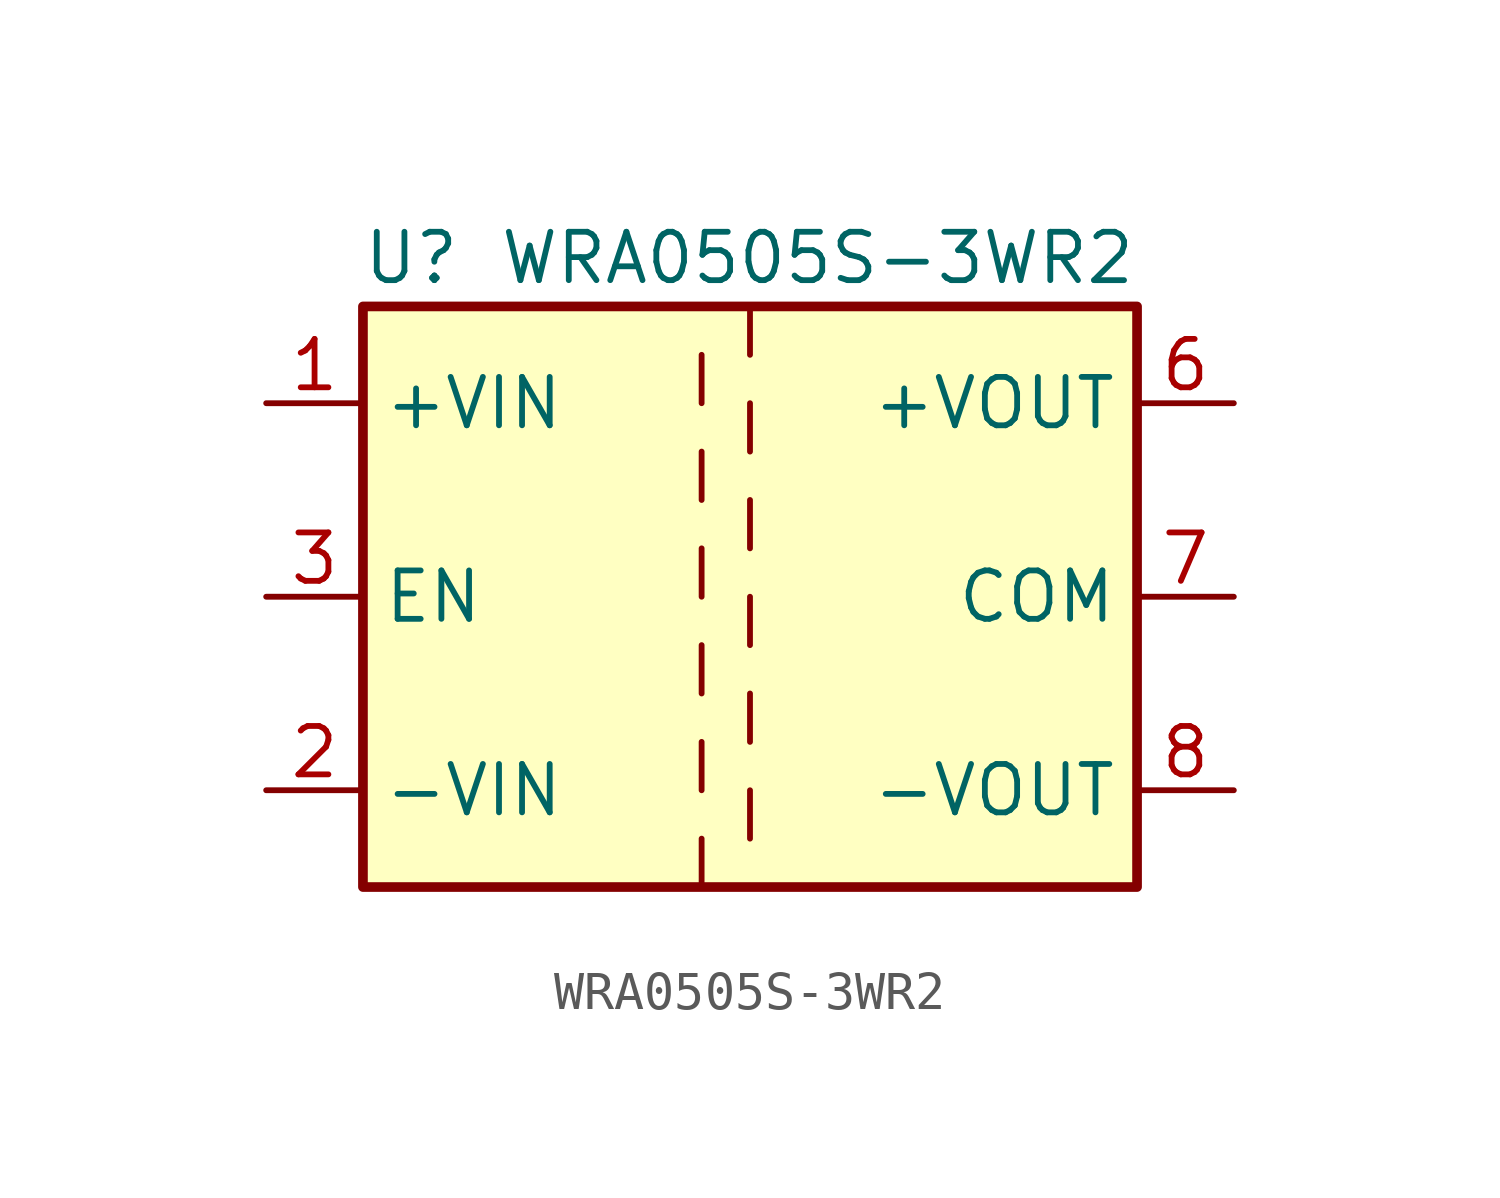
<source format=kicad_sym>
(kicad_symbol_lib
  (version 20211014)
  (generator kicad_symbol_editor)
  (symbol "WRA0505S-3WR2"
    (property "Reference" "U"
      (at -8.89 8.89 0)
      (effects (font (size 1.27 1.27))))
    (property "Value" "WRA0505S-3WR2"
      (at 10.16 8.89 0)
      (effects (font (size 1.27 1.27)) (justify right)))
    (symbol "WRA0505S-3WR2_0_1"
      (rectangle (start -10.16 7.62) (end 10.16 -7.62) (stroke (width 0.254) (type default) (color 0 0 0 0)) (fill (type background)))
      (polyline (pts (xy -1.27 -7.62) (xy -1.27 -6.35)) (stroke (width 0) (type default) (color 0 0 0 0)) (fill (type none)))
      (polyline (pts (xy -1.27 -5.08) (xy -1.27 -3.81)) (stroke (width 0) (type default) (color 0 0 0 0)) (fill (type none)))
      (polyline (pts (xy -1.27 -2.54) (xy -1.27 -1.27)) (stroke (width 0) (type default) (color 0 0 0 0)) (fill (type none)))
      (polyline (pts (xy -1.27 0) (xy -1.27 1.27)) (stroke (width 0) (type default) (color 0 0 0 0)) (fill (type none)))
      (polyline (pts (xy -1.27 2.54) (xy -1.27 3.81)) (stroke (width 0) (type default) (color 0 0 0 0)) (fill (type none)))
      (polyline (pts (xy -1.27 5.08) (xy -1.27 6.35)) (stroke (width 0) (type default) (color 0 0 0 0)) (fill (type none)))
      (polyline (pts (xy 0 -5.08) (xy 0 -6.35)) (stroke (width 0) (type default) (color 0 0 0 0)) (fill (type none)))
      (polyline (pts (xy 0 -2.54) (xy 0 -3.81)) (stroke (width 0) (type default) (color 0 0 0 0)) (fill (type none)))
      (polyline (pts (xy 0 0) (xy 0 -1.27)) (stroke (width 0) (type default) (color 0 0 0 0)) (fill (type none)))
      (polyline (pts (xy 0 2.54) (xy 0 1.27)) (stroke (width 0) (type default) (color 0 0 0 0)) (fill (type none)))
      (polyline (pts (xy 0 5.08) (xy 0 3.81)) (stroke (width 0) (type default) (color 0 0 0 0)) (fill (type none)))
      (polyline (pts (xy 0 7.62) (xy 0 6.35)) (stroke (width 0) (type default) (color 0 0 0 0)) (fill (type none))))
    (symbol "WRA0505S-3WR2_1_1"
      (pin power_in line (at -12.7 5.08 0) (length 2.54) (name "+VIN" (effects (font (size 1.27 1.27)))) (number "1" (effects (font (size 1.27 1.27)))))
      (pin power_in line (at -12.7 -5.08 0) (length 2.54) (name "-VIN" (effects (font (size 1.27 1.27)))) (number "2" (effects (font (size 1.27 1.27)))))
      (pin input line (at -12.7 0 0) (length 2.54) (name "EN" (effects (font (size 1.27 1.27)))) (number "3" (effects (font (size 1.27 1.27)))))
      (pin no_connect line (at 2.54 -2.54 0) (length 2.54) hide (name "NC" (effects (font (size 1.27 1.27)))) (number "5" (effects (font (size 1.27 1.27)))))
      (pin power_out line (at 12.7 5.08 180) (length 2.54) (name "+VOUT" (effects (font (size 1.27 1.27)))) (number "6" (effects (font (size 1.27 1.27)))))
      (pin power_out line (at 12.7 0 180) (length 2.54) (name "COM" (effects (font (size 1.27 1.27)))) (number "7" (effects (font (size 1.27 1.27)))))
      (pin power_out line (at 12.7 -5.08 180) (length 2.54) (name "-VOUT" (effects (font (size 1.27 1.27)))) (number "8" (effects (font (size 1.27 1.27))))))))
</source>
